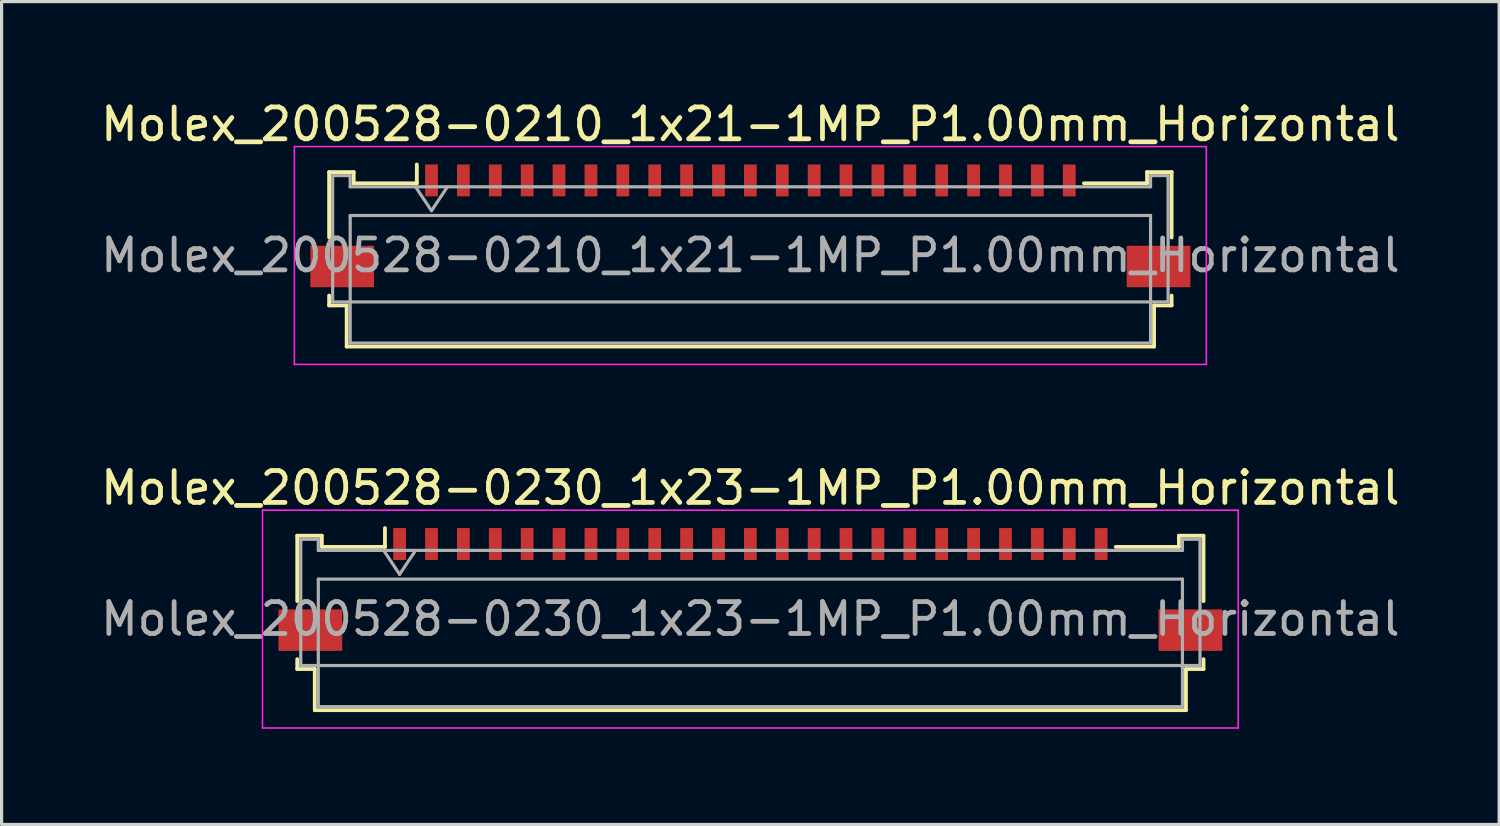
<source format=kicad_pcb>
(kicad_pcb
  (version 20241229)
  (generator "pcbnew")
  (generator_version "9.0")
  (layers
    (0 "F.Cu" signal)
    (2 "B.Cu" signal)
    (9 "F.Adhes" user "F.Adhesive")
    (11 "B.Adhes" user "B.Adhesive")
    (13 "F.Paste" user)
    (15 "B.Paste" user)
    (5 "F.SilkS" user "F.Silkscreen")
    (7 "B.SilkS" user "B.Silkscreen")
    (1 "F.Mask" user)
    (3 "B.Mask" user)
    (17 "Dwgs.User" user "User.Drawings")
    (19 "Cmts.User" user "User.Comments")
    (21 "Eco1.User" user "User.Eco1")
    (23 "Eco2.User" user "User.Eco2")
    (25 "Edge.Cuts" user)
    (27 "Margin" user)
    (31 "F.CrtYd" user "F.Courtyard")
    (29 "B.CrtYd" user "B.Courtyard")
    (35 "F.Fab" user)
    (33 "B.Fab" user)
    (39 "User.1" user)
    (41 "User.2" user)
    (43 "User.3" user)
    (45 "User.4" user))
  (footprint "Molex_200528-0210_1x21-1MP_P1.00mm_Horizontal"
    (layer "F.Cu")
    (at 20.482 3.518)
    (property "Reference" "Molex_200528-0210_1x21-1MP_P1.00mm_Horizontal" (at 0 -2.67 0) (layer "F.SilkS") (effects (font (size 1 1) (thickness 0.15))))
    (attr smd)
    (fp_line (start -13.21 -1.17) (end -13.21 0.88) (stroke (width 0.12) (type solid)) (layer "F.SilkS"))
    (fp_line (start -13.21 2.7) (end -13.21 3.01) (stroke (width 0.12) (type solid)) (layer "F.SilkS"))
    (fp_line (start -13.21 3.01) (end -12.66 3.01) (stroke (width 0.12) (type solid)) (layer "F.SilkS"))
    (fp_line (start -12.66 3.01) (end -12.66 4.3) (stroke (width 0.12) (type solid)) (layer "F.SilkS"))
    (fp_line (start -12.66 4.3) (end 12.66 4.3) (stroke (width 0.12) (type solid)) (layer "F.SilkS"))
    (fp_line (start -12.44 -1.17) (end -13.21 -1.17) (stroke (width 0.12) (type solid)) (layer "F.SilkS"))
    (fp_line (start -12.44 -0.82) (end -12.44 -1.17) (stroke (width 0.12) (type solid)) (layer "F.SilkS"))
    (fp_line (start -10.46 -1.41) (end -10.46 -0.82) (stroke (width 0.12) (type solid)) (layer "F.SilkS"))
    (fp_line (start -10.46 -0.82) (end -12.44 -0.82) (stroke (width 0.12) (type solid)) (layer "F.SilkS"))
    (fp_line (start 12.44 -1.17) (end 12.44 -0.82) (stroke (width 0.12) (type solid)) (layer "F.SilkS"))
    (fp_line (start 12.44 -0.82) (end 10.46 -0.82) (stroke (width 0.12) (type solid)) (layer "F.SilkS"))
    (fp_line (start 12.66 3.01) (end 13.21 3.01) (stroke (width 0.12) (type solid)) (layer "F.SilkS"))
    (fp_line (start 12.66 4.3) (end 12.66 3.01) (stroke (width 0.12) (type solid)) (layer "F.SilkS"))
    (fp_line (start 13.21 -1.17) (end 12.44 -1.17) (stroke (width 0.12) (type solid)) (layer "F.SilkS"))
    (fp_line (start 13.21 0.88) (end 13.21 -1.17) (stroke (width 0.12) (type solid)) (layer "F.SilkS"))
    (fp_line (start 13.21 3.01) (end 13.21 2.7) (stroke (width 0.12) (type solid)) (layer "F.SilkS"))
    (fp_line (start -14.3 -1.97) (end -14.3 4.86) (stroke (width 0.05) (type solid)) (layer "F.CrtYd"))
    (fp_line (start -14.3 4.86) (end 14.3 4.86) (stroke (width 0.05) (type solid)) (layer "F.CrtYd"))
    (fp_line (start 14.3 -1.97) (end -14.3 -1.97) (stroke (width 0.05) (type solid)) (layer "F.CrtYd"))
    (fp_line (start 14.3 4.86) (end 14.3 -1.97) (stroke (width 0.05) (type solid)) (layer "F.CrtYd"))
    (fp_line (start -13.1 -1.06) (end -13.1 2.9) (stroke (width 0.1) (type solid)) (layer "F.Fab"))
    (fp_line (start -13.1 2.9) (end 13.1 2.9) (stroke (width 0.1) (type solid)) (layer "F.Fab"))
    (fp_line (start -12.55 -1.06) (end -13.1 -1.06) (stroke (width 0.1) (type solid)) (layer "F.Fab"))
    (fp_line (start -12.55 -0.71) (end -12.55 -1.06) (stroke (width 0.1) (type solid)) (layer "F.Fab"))
    (fp_line (start -12.55 0.19) (end -12.55 4.19) (stroke (width 0.1) (type solid)) (layer "F.Fab"))
    (fp_line (start -12.55 4.19) (end 12.55 4.19) (stroke (width 0.1) (type solid)) (layer "F.Fab"))
    (fp_line (start -10.5 -0.71) (end -10 0.04) (stroke (width 0.1) (type solid)) (layer "F.Fab"))
    (fp_line (start -10 0.04) (end -9.5 -0.71) (stroke (width 0.1) (type solid)) (layer "F.Fab"))
    (fp_line (start 12.55 -1.06) (end 12.55 -0.71) (stroke (width 0.1) (type solid)) (layer "F.Fab"))
    (fp_line (start 12.55 -0.71) (end -12.55 -0.71) (stroke (width 0.1) (type solid)) (layer "F.Fab"))
    (fp_line (start 12.55 0.19) (end -12.55 0.19) (stroke (width 0.1) (type solid)) (layer "F.Fab"))
    (fp_line (start 12.55 4.19) (end 12.55 0.19) (stroke (width 0.1) (type solid)) (layer "F.Fab"))
    (fp_line (start 13.1 -1.06) (end 12.55 -1.06) (stroke (width 0.1) (type solid)) (layer "F.Fab"))
    (fp_line (start 13.1 2.9) (end 13.1 -1.06) (stroke (width 0.1) (type solid)) (layer "F.Fab"))
    (fp_text user "${REFERENCE}" (at 0 1.44 0) (layer "F.Fab") (effects (font (size 1 1) (thickness 0.15))))
    (pad "1" smd rect (at -10 -0.91) (size 0.4 1) (layers "F.Cu" "F.Mask" "F.Paste"))
    (pad "2" smd rect (at -9 -0.91) (size 0.4 1) (layers "F.Cu" "F.Mask" "F.Paste"))
    (pad "3" smd rect (at -8 -0.91) (size 0.4 1) (layers "F.Cu" "F.Mask" "F.Paste"))
    (pad "4" smd rect (at -7 -0.91) (size 0.4 1) (layers "F.Cu" "F.Mask" "F.Paste"))
    (pad "5" smd rect (at -6 -0.91) (size 0.4 1) (layers "F.Cu" "F.Mask" "F.Paste"))
    (pad "6" smd rect (at -5 -0.91) (size 0.4 1) (layers "F.Cu" "F.Mask" "F.Paste"))
    (pad "7" smd rect (at -4 -0.91) (size 0.4 1) (layers "F.Cu" "F.Mask" "F.Paste"))
    (pad "8" smd rect (at -3 -0.91) (size 0.4 1) (layers "F.Cu" "F.Mask" "F.Paste"))
    (pad "9" smd rect (at -2 -0.91) (size 0.4 1) (layers "F.Cu" "F.Mask" "F.Paste"))
    (pad "10" smd rect (at -1 -0.91) (size 0.4 1) (layers "F.Cu" "F.Mask" "F.Paste"))
    (pad "11" smd rect (at 0 -0.91) (size 0.4 1) (layers "F.Cu" "F.Mask" "F.Paste"))
    (pad "12" smd rect (at 1 -0.91) (size 0.4 1) (layers "F.Cu" "F.Mask" "F.Paste"))
    (pad "13" smd rect (at 2 -0.91) (size 0.4 1) (layers "F.Cu" "F.Mask" "F.Paste"))
    (pad "14" smd rect (at 3 -0.91) (size 0.4 1) (layers "F.Cu" "F.Mask" "F.Paste"))
    (pad "15" smd rect (at 4 -0.91) (size 0.4 1) (layers "F.Cu" "F.Mask" "F.Paste"))
    (pad "16" smd rect (at 5 -0.91) (size 0.4 1) (layers "F.Cu" "F.Mask" "F.Paste"))
    (pad "17" smd rect (at 6 -0.91) (size 0.4 1) (layers "F.Cu" "F.Mask" "F.Paste"))
    (pad "18" smd rect (at 7 -0.91) (size 0.4 1) (layers "F.Cu" "F.Mask" "F.Paste"))
    (pad "19" smd rect (at 8 -0.91) (size 0.4 1) (layers "F.Cu" "F.Mask" "F.Paste"))
    (pad "20" smd rect (at 9 -0.91) (size 0.4 1) (layers "F.Cu" "F.Mask" "F.Paste"))
    (pad "21" smd rect (at 10 -0.91) (size 0.4 1) (layers "F.Cu" "F.Mask" "F.Paste"))
    (pad "MP" smd rect (at -12.8 1.79) (size 2 1.3) (layers "F.Cu" "F.Mask" "F.Paste"))
    (pad "MP" smd rect (at 12.8 1.79) (size 2 1.3) (layers "F.Cu" "F.Mask" "F.Paste")))
  (footprint "Molex_200528-0230_1x23-1MP_P1.00mm_Horizontal"
    (layer "F.Cu")
    (at 20.482 14.921)
    (property "Reference" "Molex_200528-0230_1x23-1MP_P1.00mm_Horizontal" (at 0 -2.67 0) (layer "F.SilkS") (effects (font (size 1 1) (thickness 0.15))))
    (attr smd)
    (fp_line (start -14.21 -1.17) (end -14.21 0.88) (stroke (width 0.12) (type solid)) (layer "F.SilkS"))
    (fp_line (start -14.21 2.7) (end -14.21 3.01) (stroke (width 0.12) (type solid)) (layer "F.SilkS"))
    (fp_line (start -14.21 3.01) (end -13.66 3.01) (stroke (width 0.12) (type solid)) (layer "F.SilkS"))
    (fp_line (start -13.66 3.01) (end -13.66 4.3) (stroke (width 0.12) (type solid)) (layer "F.SilkS"))
    (fp_line (start -13.66 4.3) (end 13.66 4.3) (stroke (width 0.12) (type solid)) (layer "F.SilkS"))
    (fp_line (start -13.44 -1.17) (end -14.21 -1.17) (stroke (width 0.12) (type solid)) (layer "F.SilkS"))
    (fp_line (start -13.44 -0.82) (end -13.44 -1.17) (stroke (width 0.12) (type solid)) (layer "F.SilkS"))
    (fp_line (start -11.46 -1.41) (end -11.46 -0.82) (stroke (width 0.12) (type solid)) (layer "F.SilkS"))
    (fp_line (start -11.46 -0.82) (end -13.44 -0.82) (stroke (width 0.12) (type solid)) (layer "F.SilkS"))
    (fp_line (start 13.44 -1.17) (end 13.44 -0.82) (stroke (width 0.12) (type solid)) (layer "F.SilkS"))
    (fp_line (start 13.44 -0.82) (end 11.46 -0.82) (stroke (width 0.12) (type solid)) (layer "F.SilkS"))
    (fp_line (start 13.66 3.01) (end 14.21 3.01) (stroke (width 0.12) (type solid)) (layer "F.SilkS"))
    (fp_line (start 13.66 4.3) (end 13.66 3.01) (stroke (width 0.12) (type solid)) (layer "F.SilkS"))
    (fp_line (start 14.21 -1.17) (end 13.44 -1.17) (stroke (width 0.12) (type solid)) (layer "F.SilkS"))
    (fp_line (start 14.21 0.88) (end 14.21 -1.17) (stroke (width 0.12) (type solid)) (layer "F.SilkS"))
    (fp_line (start 14.21 3.01) (end 14.21 2.7) (stroke (width 0.12) (type solid)) (layer "F.SilkS"))
    (fp_line (start -15.3 -1.97) (end -15.3 4.86) (stroke (width 0.05) (type solid)) (layer "F.CrtYd"))
    (fp_line (start -15.3 4.86) (end 15.3 4.86) (stroke (width 0.05) (type solid)) (layer "F.CrtYd"))
    (fp_line (start 15.3 -1.97) (end -15.3 -1.97) (stroke (width 0.05) (type solid)) (layer "F.CrtYd"))
    (fp_line (start 15.3 4.86) (end 15.3 -1.97) (stroke (width 0.05) (type solid)) (layer "F.CrtYd"))
    (fp_line (start -14.1 -1.06) (end -14.1 2.9) (stroke (width 0.1) (type solid)) (layer "F.Fab"))
    (fp_line (start -14.1 2.9) (end 14.1 2.9) (stroke (width 0.1) (type solid)) (layer "F.Fab"))
    (fp_line (start -13.55 -1.06) (end -14.1 -1.06) (stroke (width 0.1) (type solid)) (layer "F.Fab"))
    (fp_line (start -13.55 -0.71) (end -13.55 -1.06) (stroke (width 0.1) (type solid)) (layer "F.Fab"))
    (fp_line (start -13.55 0.19) (end -13.55 4.19) (stroke (width 0.1) (type solid)) (layer "F.Fab"))
    (fp_line (start -13.55 4.19) (end 13.55 4.19) (stroke (width 0.1) (type solid)) (layer "F.Fab"))
    (fp_line (start -11.5 -0.71) (end -11 0.04) (stroke (width 0.1) (type solid)) (layer "F.Fab"))
    (fp_line (start -11 0.04) (end -10.5 -0.71) (stroke (width 0.1) (type solid)) (layer "F.Fab"))
    (fp_line (start 13.55 -1.06) (end 13.55 -0.71) (stroke (width 0.1) (type solid)) (layer "F.Fab"))
    (fp_line (start 13.55 -0.71) (end -13.55 -0.71) (stroke (width 0.1) (type solid)) (layer "F.Fab"))
    (fp_line (start 13.55 0.19) (end -13.55 0.19) (stroke (width 0.1) (type solid)) (layer "F.Fab"))
    (fp_line (start 13.55 4.19) (end 13.55 0.19) (stroke (width 0.1) (type solid)) (layer "F.Fab"))
    (fp_line (start 14.1 -1.06) (end 13.55 -1.06) (stroke (width 0.1) (type solid)) (layer "F.Fab"))
    (fp_line (start 14.1 2.9) (end 14.1 -1.06) (stroke (width 0.1) (type solid)) (layer "F.Fab"))
    (fp_text user "${REFERENCE}" (at 0 1.44 0) (layer "F.Fab") (effects (font (size 1 1) (thickness 0.15))))
    (pad "1" smd rect (at -11 -0.91) (size 0.4 1) (layers "F.Cu" "F.Mask" "F.Paste"))
    (pad "2" smd rect (at -10 -0.91) (size 0.4 1) (layers "F.Cu" "F.Mask" "F.Paste"))
    (pad "3" smd rect (at -9 -0.91) (size 0.4 1) (layers "F.Cu" "F.Mask" "F.Paste"))
    (pad "4" smd rect (at -8 -0.91) (size 0.4 1) (layers "F.Cu" "F.Mask" "F.Paste"))
    (pad "5" smd rect (at -7 -0.91) (size 0.4 1) (layers "F.Cu" "F.Mask" "F.Paste"))
    (pad "6" smd rect (at -6 -0.91) (size 0.4 1) (layers "F.Cu" "F.Mask" "F.Paste"))
    (pad "7" smd rect (at -5 -0.91) (size 0.4 1) (layers "F.Cu" "F.Mask" "F.Paste"))
    (pad "8" smd rect (at -4 -0.91) (size 0.4 1) (layers "F.Cu" "F.Mask" "F.Paste"))
    (pad "9" smd rect (at -3 -0.91) (size 0.4 1) (layers "F.Cu" "F.Mask" "F.Paste"))
    (pad "10" smd rect (at -2 -0.91) (size 0.4 1) (layers "F.Cu" "F.Mask" "F.Paste"))
    (pad "11" smd rect (at -1 -0.91) (size 0.4 1) (layers "F.Cu" "F.Mask" "F.Paste"))
    (pad "12" smd rect (at 0 -0.91) (size 0.4 1) (layers "F.Cu" "F.Mask" "F.Paste"))
    (pad "13" smd rect (at 1 -0.91) (size 0.4 1) (layers "F.Cu" "F.Mask" "F.Paste"))
    (pad "14" smd rect (at 2 -0.91) (size 0.4 1) (layers "F.Cu" "F.Mask" "F.Paste"))
    (pad "15" smd rect (at 3 -0.91) (size 0.4 1) (layers "F.Cu" "F.Mask" "F.Paste"))
    (pad "16" smd rect (at 4 -0.91) (size 0.4 1) (layers "F.Cu" "F.Mask" "F.Paste"))
    (pad "17" smd rect (at 5 -0.91) (size 0.4 1) (layers "F.Cu" "F.Mask" "F.Paste"))
    (pad "18" smd rect (at 6 -0.91) (size 0.4 1) (layers "F.Cu" "F.Mask" "F.Paste"))
    (pad "19" smd rect (at 7 -0.91) (size 0.4 1) (layers "F.Cu" "F.Mask" "F.Paste"))
    (pad "20" smd rect (at 8 -0.91) (size 0.4 1) (layers "F.Cu" "F.Mask" "F.Paste"))
    (pad "21" smd rect (at 9 -0.91) (size 0.4 1) (layers "F.Cu" "F.Mask" "F.Paste"))
    (pad "22" smd rect (at 10 -0.91) (size 0.4 1) (layers "F.Cu" "F.Mask" "F.Paste"))
    (pad "23" smd rect (at 11 -0.91) (size 0.4 1) (layers "F.Cu" "F.Mask" "F.Paste"))
    (pad "MP" smd rect (at -13.8 1.79) (size 2 1.3) (layers "F.Cu" "F.Mask" "F.Paste"))
    (pad "MP" smd rect (at 13.8 1.79) (size 2 1.3) (layers "F.Cu" "F.Mask" "F.Paste")))
  (gr_rect
    (start -3 -3)
    (end 43.964 22.806)
    (stroke (width 0.1) (type default))
    (fill no)
    (layer "Edge.Cuts")))
</source>
